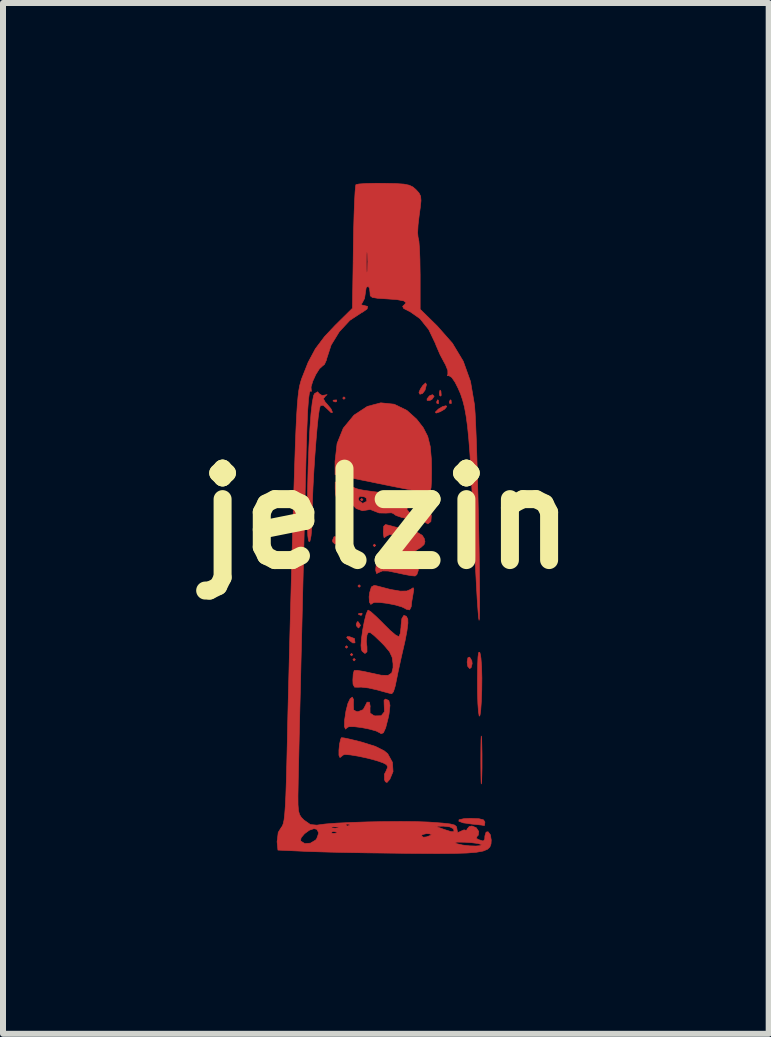
<source format=kicad_pcb>
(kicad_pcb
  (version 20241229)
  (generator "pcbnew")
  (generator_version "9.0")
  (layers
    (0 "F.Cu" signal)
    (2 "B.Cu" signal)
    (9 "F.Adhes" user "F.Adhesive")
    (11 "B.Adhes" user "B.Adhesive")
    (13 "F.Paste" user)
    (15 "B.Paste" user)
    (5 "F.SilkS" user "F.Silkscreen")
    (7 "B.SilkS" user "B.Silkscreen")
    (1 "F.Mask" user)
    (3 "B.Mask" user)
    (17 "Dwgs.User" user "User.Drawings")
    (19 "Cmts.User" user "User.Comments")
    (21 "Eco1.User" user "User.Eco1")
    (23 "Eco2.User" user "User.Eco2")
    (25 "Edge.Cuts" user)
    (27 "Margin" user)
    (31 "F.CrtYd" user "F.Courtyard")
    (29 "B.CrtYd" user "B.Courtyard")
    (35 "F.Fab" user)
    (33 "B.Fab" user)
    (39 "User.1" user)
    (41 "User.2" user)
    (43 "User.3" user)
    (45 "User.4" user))
  (footprint "jelzin"
    (layer "F.Cu")
    (at 3.382 5.597)
    (property "Reference" "jelzin" (at 0 0 0) (layer "F.SilkS") (effects (font (size 1.524 1.524) (thickness 0.3))))
    (attr through_hole)
    (fp_poly (pts (xy -0.677 -2.011) (xy -0.699 -1.99) (xy -0.72 -2.011) (xy -0.699 -2.032) (xy -0.677 -2.011)) (stroke (width 0.01) (type solid)) (fill yes) (layer "F.Cu"))
    (fp_poly (pts (xy -0.635 2.138) (xy -0.656 2.159) (xy -0.677 2.138) (xy -0.656 2.117) (xy -0.635 2.138)) (stroke (width 0.01) (type solid)) (fill yes) (layer "F.Cu"))
    (fp_poly (pts (xy -0.55 2.265) (xy -0.572 2.286) (xy -0.593 2.265) (xy -0.572 2.244) (xy -0.55 2.265)) (stroke (width 0.01) (type solid)) (fill yes) (layer "F.Cu"))
    (fp_poly (pts (xy -0.508 2.349) (xy -0.529 2.371) (xy -0.55 2.349) (xy -0.529 2.328) (xy -0.508 2.349)) (stroke (width 0.01) (type solid)) (fill yes) (layer "F.Cu"))
    (fp_poly (pts (xy -0.423 1.122) (xy -0.445 1.143) (xy -0.466 1.122) (xy -0.445 1.101) (xy -0.423 1.122)) (stroke (width 0.01) (type solid)) (fill yes) (layer "F.Cu"))
    (fp_poly (pts (xy -0.381 -0.318) (xy -0.402 -0.296) (xy -0.423 -0.318) (xy -0.402 -0.339) (xy -0.381 -0.318)) (stroke (width 0.01) (type solid)) (fill yes) (layer "F.Cu"))
    (fp_poly (pts (xy -0.169 0.445) (xy -0.191 0.466) (xy -0.212 0.445) (xy -0.191 0.423) (xy -0.169 0.445)) (stroke (width 0.01) (type solid)) (fill yes) (layer "F.Cu"))
    (fp_poly (pts (xy -0.818 -1.976) (xy -0.824 -1.95) (xy -0.847 -1.947) (xy -0.882 -1.963) (xy -0.875 -1.976) (xy -0.825 -1.981) (xy -0.818 -1.976)) (stroke (width 0.01) (type solid)) (fill yes) (layer "F.Cu"))
    (fp_poly (pts (xy -0.395 1.58) (xy -0.401 1.606) (xy -0.423 1.609) (xy -0.458 1.593) (xy -0.452 1.58) (xy -0.401 1.575) (xy -0.395 1.58)) (stroke (width 0.01) (type solid)) (fill yes) (layer "F.Cu"))
    (fp_poly (pts (xy 0.875 -1.976) (xy 0.88 -1.925) (xy 0.875 -1.919) (xy 0.85 -1.925) (xy 0.847 -1.947) (xy 0.862 -1.982) (xy 0.875 -1.976)) (stroke (width 0.01) (type solid)) (fill yes) (layer "F.Cu"))
    (fp_poly (pts (xy 0.918 -2.125) (xy 0.923 -2.058) (xy 0.915 -2.043) (xy 0.895 -2.056) (xy 0.892 -2.099) (xy 0.903 -2.144) (xy 0.918 -2.125)) (stroke (width 0.01) (type solid)) (fill yes) (layer "F.Cu"))
    (fp_poly (pts (xy 1.087 -1.976) (xy 1.092 -1.925) (xy 1.087 -1.919) (xy 1.061 -1.925) (xy 1.058 -1.947) (xy 1.074 -1.982) (xy 1.087 -1.976)) (stroke (width 0.01) (type solid)) (fill yes) (layer "F.Cu"))
    (fp_poly (pts (xy -0.809 0.331) (xy -0.804 0.36) (xy -0.827 0.416) (xy -0.847 0.423) (xy -0.884 0.389) (xy -0.889 0.36) (xy -0.866 0.303) (xy -0.847 0.296) (xy -0.809 0.331)) (stroke (width 0.01) (type solid)) (fill yes) (layer "F.Cu"))
    (fp_poly (pts (xy -0.603 1.967) (xy -0.523 1.997) (xy -0.514 2.065) (xy -0.515 2.069) (xy -0.551 2.071) (xy -0.603 2.033) (xy -0.653 1.98) (xy -0.641 1.965) (xy -0.603 1.967)) (stroke (width 0.01) (type solid)) (fill yes) (layer "F.Cu"))
    (fp_poly (pts (xy -0.459 1.719) (xy -0.424 1.775) (xy -0.423 1.78) (xy -0.452 1.82) (xy -0.459 1.82) (xy -0.49 1.786) (xy -0.494 1.759) (xy -0.476 1.716) (xy -0.459 1.719)) (stroke (width 0.01) (type solid)) (fill yes) (layer "F.Cu"))
    (fp_poly (pts (xy 0.804 -2.043) (xy 0.804 -2.04) (xy 0.77 -1.991) (xy 0.737 -1.973) (xy 0.688 -1.972) (xy 0.687 -1.998) (xy 0.726 -2.048) (xy 0.777 -2.068) (xy 0.804 -2.043)) (stroke (width 0.01) (type solid)) (fill yes) (layer "F.Cu"))
    (fp_poly (pts (xy 1.433 2.367) (xy 1.439 2.415) (xy 1.421 2.483) (xy 1.397 2.498) (xy 1.365 2.461) (xy 1.355 2.389) (xy 1.368 2.317) (xy 1.397 2.307) (xy 1.433 2.367)) (stroke (width 0.01) (type solid)) (fill yes) (layer "F.Cu"))
    (fp_poly (pts (xy 0.677 -2.237) (xy 0.655 -2.15) (xy 0.652 -2.141) (xy 0.612 -2.088) (xy 0.568 -2.075) (xy 0.552 -2.106) (xy 0.576 -2.161) (xy 0.615 -2.22) (xy 0.662 -2.264) (xy 0.677 -2.237)) (stroke (width 0.01) (type solid)) (fill yes) (layer "F.Cu"))
    (fp_poly (pts (xy 1.016 -1.871) (xy 0.982 -1.828) (xy 0.907 -1.784) (xy 0.838 -1.761) (xy 0.825 -1.777) (xy 0.825 -1.777) (xy 0.876 -1.828) (xy 0.945 -1.869) (xy 1.002 -1.884) (xy 1.016 -1.871)) (stroke (width 0.01) (type solid)) (fill yes) (layer "F.Cu"))
    (fp_poly (pts (xy 1.594 3.629) (xy 1.598 3.694) (xy 1.603 3.915) (xy 1.603 4.163) (xy 1.598 4.35) (xy 1.593 4.421) (xy 1.589 4.413) (xy 1.586 4.333) (xy 1.584 4.187) (xy 1.583 4.022) (xy 1.584 3.826) (xy 1.586 3.691) (xy 1.59 3.623) (xy 1.594 3.629)) (stroke (width 0.01) (type solid)) (fill yes) (layer "F.Cu"))
    (fp_poly (pts (xy 1.553 5.001) (xy 1.628 5.02) (xy 1.651 5.056) (xy 1.651 5.059) (xy 1.645 5.111) (xy 1.64 5.115) (xy 1.596 5.107) (xy 1.496 5.096) (xy 1.439 5.091) (xy 1.291 5.07) (xy 1.217 5.043) (xy 1.22 5.018) (xy 1.302 5) (xy 1.41 4.995) (xy 1.553 5.001)) (stroke (width 0.01) (type solid)) (fill yes) (layer "F.Cu"))
    (fp_poly (pts (xy 1.57 2.24) (xy 1.585 2.322) (xy 1.596 2.467) (xy 1.601 2.655) (xy 1.599 2.854) (xy 1.592 3.042) (xy 1.582 3.186) (xy 1.57 3.274) (xy 1.557 3.291) (xy 1.556 3.288) (xy 1.544 3.217) (xy 1.534 3.081) (xy 1.528 2.899) (xy 1.527 2.689) (xy 1.527 2.674) (xy 1.53 2.449) (xy 1.536 2.303) (xy 1.547 2.23) (xy 1.563 2.225) (xy 1.57 2.24)) (stroke (width 0.01) (type solid)) (fill yes) (layer "F.Cu"))
    (fp_poly (pts (xy -0.153 1.119) (xy 0.077 1.179) (xy 0.24 1.207) (xy 0.349 1.205) (xy 0.411 1.179) (xy 0.455 1.15) (xy 0.466 1.175) (xy 0.452 1.265) (xy 0.432 1.38) (xy 0.423 1.463) (xy 0.423 1.466) (xy 0.396 1.52) (xy 0.338 1.508) (xy 0.329 1.5) (xy 0.265 1.469) (xy 0.154 1.437) (xy 0.023 1.411) (xy -0.102 1.396) (xy -0.19 1.395) (xy -0.216 1.405) (xy -0.251 1.429) (xy -0.274 1.389) (xy -0.279 1.302) (xy -0.269 1.229) (xy -0.241 1.137) (xy -0.195 1.112) (xy -0.153 1.119)) (stroke (width 0.01) (type solid)) (fill yes) (layer "F.Cu"))
    (fp_poly (pts (xy 0.139 -1.909) (xy 0.351 -1.806) (xy 0.513 -1.66) (xy 0.624 -1.517) (xy 0.698 -1.373) (xy 0.74 -1.205) (xy 0.759 -0.992) (xy 0.762 -0.827) (xy 0.76 -0.639) (xy 0.754 -0.52) (xy 0.739 -0.456) (xy 0.714 -0.432) (xy 0.688 -0.43) (xy 0.624 -0.44) (xy 0.492 -0.465) (xy 0.307 -0.501) (xy 0.084 -0.545) (xy -0.116 -0.586) (xy -0.847 -0.735) (xy -0.847 -0.953) (xy -0.813 -1.254) (xy -0.71 -1.509) (xy -0.536 -1.721) (xy -0.522 -1.733) (xy -0.308 -1.873) (xy -0.084 -1.932) (xy 0.139 -1.909)) (stroke (width 0.01) (type solid)) (fill yes) (layer "F.Cu"))
    (fp_poly (pts (xy -0.698 3.654) (xy -0.594 3.676) (xy -0.447 3.712) (xy -0.397 3.725) (xy -0.174 3.795) (xy -0.026 3.87) (xy 0.032 3.919) (xy 0.11 4.061) (xy 0.12 4.215) (xy 0.067 4.342) (xy 0.019 4.397) (xy -0.008 4.385) (xy -0.023 4.349) (xy -0.023 4.257) (xy 0.002 4.21) (xy 0.032 4.138) (xy 0.011 4.1) (xy -0.052 4.067) (xy -0.166 4.029) (xy -0.309 3.991) (xy -0.458 3.959) (xy -0.591 3.937) (xy -0.683 3.93) (xy -0.713 3.94) (xy -0.76 3.979) (xy -0.767 3.979) (xy -0.782 3.943) (xy -0.782 3.858) (xy -0.772 3.757) (xy -0.753 3.675) (xy -0.741 3.65) (xy -0.698 3.654)) (stroke (width 0.01) (type solid)) (fill yes) (layer "F.Cu"))
    (fp_poly (pts (xy -0.539 3.013) (xy -0.541 3.105) (xy -0.537 3.189) (xy -0.486 3.216) (xy -0.463 3.217) (xy -0.378 3.182) (xy -0.351 3.133) (xy -0.313 3.058) (xy -0.274 3.058) (xy -0.261 3.126) (xy -0.264 3.154) (xy -0.263 3.239) (xy -0.202 3.281) (xy -0.18 3.287) (xy -0.077 3.284) (xy -0.023 3.217) (xy -0.028 3.101) (xy -0.03 3.027) (xy -0.007 3.006) (xy 0.05 3.03) (xy 0.069 3.111) (xy 0.053 3.256) (xy 0.038 3.326) (xy -0.003 3.486) (xy -0.041 3.569) (xy -0.079 3.584) (xy -0.098 3.571) (xy -0.163 3.538) (xy -0.275 3.507) (xy -0.406 3.481) (xy -0.529 3.466) (xy -0.616 3.467) (xy -0.639 3.478) (xy -0.673 3.507) (xy -0.69 3.465) (xy -0.688 3.361) (xy -0.665 3.206) (xy -0.632 3.078) (xy -0.594 2.999) (xy -0.559 2.974) (xy -0.539 3.013)) (stroke (width 0.01) (type solid)) (fill yes) (layer "F.Cu"))
    (fp_poly (pts (xy -1.114 -2.087) (xy -1.065 -2.055) (xy -1.024 -2.06) (xy -0.979 -2.069) (xy -1.01 -2.041) (xy -1.01 -2.041) (xy -1.041 -2) (xy -1.011 -1.945) (xy -0.979 -1.91) (xy -0.914 -1.831) (xy -0.889 -1.773) (xy -0.911 -1.768) (xy -0.965 -1.819) (xy -0.971 -1.826) (xy -1.045 -1.892) (xy -1.092 -1.884) (xy -1.108 -1.829) (xy -1.126 -1.704) (xy -1.145 -1.524) (xy -1.164 -1.302) (xy -1.183 -1.053) (xy -1.2 -0.792) (xy -1.214 -0.533) (xy -1.224 -0.29) (xy -1.228 -0.078) (xy -1.229 -0.021) (xy -1.234 0.147) (xy -1.247 0.286) (xy -1.265 0.372) (xy -1.27 0.381) (xy -1.288 0.373) (xy -1.301 0.283) (xy -1.307 0.111) (xy -1.308 -0.106) (xy -1.304 -0.501) (xy -1.295 -0.871) (xy -1.282 -1.21) (xy -1.266 -1.506) (xy -1.248 -1.751) (xy -1.227 -1.935) (xy -1.205 -2.051) (xy -1.189 -2.085) (xy -1.137 -2.116) (xy -1.114 -2.087)) (stroke (width 0.01) (type solid)) (fill yes) (layer "F.Cu"))
    (fp_poly (pts (xy 0.053 0.11) (xy 0.149 0.136) (xy 0.288 0.169) (xy 0.376 0.188) (xy 0.524 0.227) (xy 0.606 0.276) (xy 0.64 0.329) (xy 0.652 0.383) (xy 0.637 0.431) (xy 0.581 0.481) (xy 0.474 0.545) (xy 0.303 0.634) (xy 0.277 0.646) (xy 0.166 0.704) (xy 0.121 0.742) (xy 0.148 0.771) (xy 0.251 0.8) (xy 0.349 0.822) (xy 0.436 0.828) (xy 0.466 0.805) (xy 0.498 0.764) (xy 0.511 0.762) (xy 0.54 0.794) (xy 0.54 0.864) (xy 0.517 0.931) (xy 0.487 0.955) (xy 0.426 0.95) (xy 0.31 0.929) (xy 0.196 0.904) (xy 0.04 0.872) (xy -0.056 0.87) (xy -0.111 0.893) (xy -0.154 0.914) (xy -0.168 0.866) (xy -0.169 0.841) (xy -0.153 0.694) (xy -0.095 0.59) (xy 0.02 0.503) (xy 0.091 0.466) (xy 0.211 0.403) (xy 0.296 0.352) (xy 0.323 0.331) (xy 0.298 0.305) (xy 0.215 0.278) (xy 0.187 0.272) (xy 0.065 0.262) (xy 0.00046 0.295) (xy -0.004 0.301) (xy -0.03 0.316) (xy -0.041 0.25) (xy -0.042 0.219) (xy -0.036 0.126) (xy -0.006 0.097) (xy 0.053 0.11)) (stroke (width 0.01) (type solid)) (fill yes) (layer "F.Cu"))
    (fp_poly (pts (xy -0.248 1.553) (xy -0.163 1.629) (xy -0.054 1.736) (xy -0.036 1.755) (xy 0.073 1.863) (xy 0.162 1.938) (xy 0.214 1.965) (xy 0.218 1.964) (xy 0.241 1.912) (xy 0.253 1.808) (xy 0.254 1.776) (xy 0.267 1.664) (xy 0.3 1.611) (xy 0.341 1.626) (xy 0.366 1.673) (xy 0.368 1.741) (xy 0.352 1.868) (xy 0.321 2.032) (xy 0.304 2.107) (xy 0.261 2.293) (xy 0.223 2.467) (xy 0.195 2.597) (xy 0.19 2.625) (xy 0.156 2.79) (xy 0.127 2.884) (xy 0.099 2.917) (xy 0.092 2.917) (xy 0.038 2.904) (xy -0.069 2.875) (xy -0.148 2.853) (xy -0.29 2.821) (xy -0.412 2.807) (xy -0.455 2.809) (xy -0.521 2.808) (xy -0.547 2.76) (xy -0.55 2.689) (xy -0.544 2.589) (xy -0.528 2.532) (xy -0.527 2.531) (xy -0.477 2.528) (xy -0.371 2.545) (xy -0.253 2.571) (xy -0.075 2.609) (xy 0.038 2.611) (xy 0.098 2.571) (xy 0.12 2.484) (xy 0.12 2.417) (xy 0.105 2.31) (xy 0.062 2.218) (xy -0.027 2.112) (xy -0.087 2.051) (xy -0.195 1.948) (xy -0.258 1.899) (xy -0.293 1.897) (xy -0.314 1.935) (xy -0.315 1.939) (xy -0.326 2.047) (xy -0.315 2.134) (xy -0.314 2.218) (xy -0.348 2.247) (xy -0.394 2.21) (xy -0.408 2.181) (xy -0.414 2.11) (xy -0.405 1.991) (xy -0.385 1.849) (xy -0.358 1.708) (xy -0.329 1.594) (xy -0.302 1.53) (xy -0.293 1.524) (xy -0.248 1.553)) (stroke (width 0.01) (type solid)) (fill yes) (layer "F.Cu"))
    (fp_poly (pts (xy -0.763 -0.517) (xy -0.704 -0.455) (xy -0.668 -0.455) (xy -0.643 -0.492) (xy -0.586 -0.538) (xy -0.547 -0.527) (xy -0.507 -0.507) (xy -0.452 -0.49) (xy -0.361 -0.473) (xy -0.217 -0.453) (xy -0.113 -0.44) (xy 0.023 -0.411) (xy 0.104 -0.368) (xy 0.115 -0.352) (xy 0.144 -0.314) (xy 0.17 -0.341) (xy 0.228 -0.368) (xy 0.26 -0.356) (xy 0.347 -0.332) (xy 0.413 -0.332) (xy 0.489 -0.321) (xy 0.503 -0.279) (xy 0.452 -0.234) (xy 0.422 -0.223) (xy 0.359 -0.188) (xy 0.35 -0.156) (xy 0.395 -0.101) (xy 0.456 -0.121) (xy 0.507 -0.19) (xy 0.58 -0.278) (xy 0.651 -0.284) (xy 0.712 -0.209) (xy 0.721 -0.188) (xy 0.758 -0.049) (xy 0.751 0.047) (xy 0.702 0.085) (xy 0.699 0.085) (xy 0.642 0.051) (xy 0.635 0.021) (xy 0.604 -0.031) (xy 0.544 -0.04) (xy 0.501 -0.003) (xy 0.457 0.009) (xy 0.366 0.000051) (xy 0.26 -0.023) (xy 0.169 -0.054) (xy 0.127 -0.084) (xy 0.127 -0.086) (xy 0.091 -0.099) (xy 0.003 -0.094) (xy -0.000388 -0.094) (xy -0.112 -0.096) (xy -0.189 -0.126) (xy -0.262 -0.155) (xy -0.297 -0.148) (xy -0.391 -0.133) (xy -0.494 -0.17) (xy -0.566 -0.243) (xy -0.574 -0.261) (xy -0.6 -0.322) (xy -0.627 -0.307) (xy -0.642 -0.282) (xy -0.704 -0.215) (xy -0.764 -0.223) (xy -0.812 -0.295) (xy -0.821 -0.334) (xy -0.46 -0.334) (xy -0.446 -0.299) (xy -0.385 -0.256) (xy -0.358 -0.27) (xy -0.08 -0.27) (xy -0.069 -0.212) (xy -0.058 -0.199) (xy -0.005 -0.19) (xy 0.038 -0.233) (xy 0.042 -0.256) (xy 0.008 -0.292) (xy -0.021 -0.296) (xy -0.08 -0.27) (xy -0.358 -0.27) (xy -0.322 -0.289) (xy -0.317 -0.297) (xy -0.327 -0.345) (xy -0.359 -0.365) (xy -0.436 -0.374) (xy -0.46 -0.334) (xy -0.821 -0.334) (xy -0.841 -0.422) (xy -0.845 -0.508) (xy -0.844 -0.614) (xy -0.763 -0.517)) (stroke (width 0.01) (type solid)) (fill yes) (layer "F.Cu"))
    (fp_poly (pts (xy -0.034 -5.591) (xy 0.166 -5.587) (xy 0.301 -5.578) (xy 0.389 -5.56) (xy 0.45 -5.531) (xy 0.503 -5.485) (xy 0.553 -5.43) (xy 0.58 -5.376) (xy 0.586 -5.301) (xy 0.573 -5.18) (xy 0.556 -5.059) (xy 0.537 -4.898) (xy 0.53 -4.767) (xy 0.537 -4.691) (xy 0.539 -4.685) (xy 0.551 -4.626) (xy 0.561 -4.5) (xy 0.568 -4.324) (xy 0.571 -4.114) (xy 0.572 -4.064) (xy 0.572 -3.492) (xy 0.858 -3.211) (xy 1.11 -2.925) (xy 1.291 -2.624) (xy 1.411 -2.289) (xy 1.477 -1.903) (xy 1.48 -1.874) (xy 1.489 -1.745) (xy 1.498 -1.556) (xy 1.508 -1.316) (xy 1.517 -1.037) (xy 1.526 -0.728) (xy 1.535 -0.4) (xy 1.543 -0.063) (xy 1.55 0.272) (xy 1.556 0.595) (xy 1.56 0.895) (xy 1.563 1.162) (xy 1.564 1.386) (xy 1.563 1.556) (xy 1.56 1.662) (xy 1.554 1.693) (xy 1.546 1.647) (xy 1.536 1.528) (xy 1.523 1.346) (xy 1.51 1.114) (xy 1.496 0.844) (xy 1.484 0.572) (xy 1.461 0.052) (xy 1.44 -0.39) (xy 1.421 -0.763) (xy 1.402 -1.075) (xy 1.382 -1.333) (xy 1.361 -1.544) (xy 1.337 -1.717) (xy 1.311 -1.859) (xy 1.28 -1.978) (xy 1.245 -2.082) (xy 1.203 -2.178) (xy 1.155 -2.273) (xy 1.099 -2.355) (xy 1.051 -2.385) (xy 1.044 -2.383) (xy 1.024 -2.386) (xy 1.034 -2.407) (xy 1.033 -2.472) (xy 0.993 -2.571) (xy 0.977 -2.598) (xy 0.905 -2.733) (xy 0.838 -2.888) (xy 0.825 -2.923) (xy 0.715 -3.153) (xy 0.569 -3.335) (xy 0.403 -3.452) (xy 0.389 -3.458) (xy 0.297 -3.505) (xy 0.28 -3.54) (xy 0.298 -3.557) (xy 0.338 -3.599) (xy 0.3 -3.631) (xy 0.183 -3.653) (xy 0.012 -3.665) (xy -0.14 -3.675) (xy -0.225 -3.689) (xy -0.26 -3.716) (xy -0.263 -3.759) (xy -0.263 -3.762) (xy -0.272 -3.843) (xy -0.294 -3.872) (xy -0.327 -3.858) (xy -0.339 -3.779) (xy -0.355 -3.672) (xy -0.389 -3.607) (xy -0.414 -3.566) (xy -0.368 -3.556) (xy -0.304 -3.539) (xy -0.312 -3.497) (xy -0.386 -3.444) (xy -0.404 -3.436) (xy -0.601 -3.306) (xy -0.776 -3.117) (xy -0.912 -2.895) (xy -0.987 -2.665) (xy -0.99 -2.646) (xy -1.024 -2.571) (xy -1.053 -2.549) (xy -1.107 -2.5) (xy -1.167 -2.405) (xy -1.218 -2.293) (xy -1.247 -2.197) (xy -1.244 -2.151) (xy -1.24 -2.123) (xy -1.258 -2.131) (xy -1.274 -2.101) (xy -1.289 -1.992) (xy -1.303 -1.801) (xy -1.315 -1.528) (xy -1.327 -1.172) (xy -1.33 -1.026) (xy -1.345 -0.445) (xy -1.359 0.138) (xy -1.373 0.716) (xy -1.387 1.28) (xy -1.4 1.824) (xy -1.413 2.338) (xy -1.424 2.816) (xy -1.435 3.25) (xy -1.444 3.631) (xy -1.451 3.951) (xy -1.457 4.204) (xy -1.461 4.381) (xy -1.461 4.399) (xy -1.465 4.618) (xy -1.464 4.769) (xy -1.456 4.868) (xy -1.438 4.933) (xy -1.408 4.98) (xy -1.362 5.026) (xy -1.361 5.026) (xy -1.258 5.098) (xy -1.151 5.108) (xy -1.123 5.104) (xy -1.049 5.094) (xy -0.663 5.094) (xy -0.657 5.119) (xy -0.635 5.122) (xy -0.6 5.107) (xy -0.607 5.094) (xy -0.657 5.089) (xy -0.663 5.094) (xy -1.049 5.094) (xy -1 5.088) (xy -0.812 5.074) (xy -0.575 5.063) (xy -0.308 5.054) (xy -0.028 5.049) (xy 0.245 5.047) (xy 0.494 5.049) (xy 0.701 5.056) (xy 0.751 5.059) (xy 0.947 5.074) (xy 1.073 5.088) (xy 1.145 5.106) (xy 1.177 5.133) (xy 1.185 5.171) (xy 1.185 5.174) (xy 1.196 5.232) (xy 1.238 5.216) (xy 1.242 5.213) (xy 1.304 5.186) (xy 1.327 5.193) (xy 1.352 5.189) (xy 1.355 5.172) (xy 1.39 5.131) (xy 1.435 5.122) (xy 1.507 5.151) (xy 1.548 5.213) (xy 1.54 5.277) (xy 1.522 5.293) (xy 1.508 5.327) (xy 1.545 5.349) (xy 1.622 5.373) (xy 1.648 5.347) (xy 1.651 5.288) (xy 1.671 5.224) (xy 1.704 5.218) (xy 1.742 5.268) (xy 1.757 5.357) (xy 1.753 5.421) (xy 1.734 5.472) (xy 1.693 5.511) (xy 1.621 5.54) (xy 1.51 5.56) (xy 1.35 5.573) (xy 1.135 5.579) (xy 0.854 5.581) (xy 0.5 5.579) (xy 0.36 5.578) (xy 0.02 5.574) (xy -0.319 5.57) (xy -0.642 5.564) (xy -0.929 5.558) (xy -1.165 5.551) (xy -1.312 5.546) (xy -1.799 5.524) (xy -1.813 5.383) (xy -1.811 5.371) (xy -1.422 5.371) (xy -1.352 5.415) (xy -1.256 5.408) (xy -1.24 5.398) (xy 1.149 5.398) (xy 1.179 5.416) (xy 1.185 5.418) (xy 1.281 5.44) (xy 1.395 5.453) (xy 1.502 5.456) (xy 1.577 5.45) (xy 1.594 5.433) (xy 1.593 5.432) (xy 1.538 5.414) (xy 1.426 5.4) (xy 1.322 5.393) (xy 1.195 5.391) (xy 1.149 5.398) (xy -1.24 5.398) (xy -1.17 5.356) (xy -1.152 5.332) (xy -1.136 5.288) (xy 0.593 5.288) (xy 0.626 5.309) (xy 0.677 5.304) (xy 0.746 5.279) (xy 0.762 5.266) (xy 0.726 5.252) (xy 0.677 5.249) (xy 0.609 5.265) (xy 0.593 5.288) (xy -1.136 5.288) (xy -1.12 5.239) (xy -0.913 5.239) (xy -0.871 5.246) (xy -0.816 5.238) (xy -0.816 5.224) (xy -0.872 5.214) (xy -0.897 5.22) (xy -0.913 5.239) (xy -1.12 5.239) (xy -1.119 5.238) (xy -1.149 5.178) (xy -1.198 5.166) (xy -1.275 5.192) (xy -1.356 5.251) (xy -1.413 5.319) (xy -1.422 5.371) (xy -1.811 5.371) (xy -1.794 5.229) (xy -1.749 5.156) (xy -1.746 5.152) (xy -0.905 5.152) (xy -0.847 5.158) (xy -0.787 5.151) (xy -0.794 5.137) (xy -0.88 5.131) (xy -0.9 5.137) (xy -0.905 5.152) (xy -1.746 5.152) (xy -1.729 5.128) (xy -1.728 5.127) (xy 0.826 5.127) (xy 0.974 5.18) (xy 1.089 5.217) (xy 1.137 5.217) (xy 1.131 5.18) (xy 1.124 5.167) (xy 1.066 5.137) (xy 0.964 5.125) (xy 0.961 5.125) (xy 0.826 5.127) (xy -1.728 5.127) (xy -1.711 5.085) (xy -1.697 5.022) (xy -1.686 4.927) (xy -1.676 4.793) (xy -1.667 4.612) (xy -1.659 4.374) (xy -1.651 4.071) (xy -1.642 3.694) (xy -1.64 3.583) (xy -1.632 3.217) (xy -1.621 2.784) (xy -1.609 2.301) (xy -1.596 1.788) (xy -1.582 1.261) (xy -1.568 0.738) (xy -1.554 0.238) (xy -1.547 0) (xy -1.533 -0.483) (xy -1.52 -0.889) (xy -1.509 -1.225) (xy -1.498 -1.5) (xy -1.487 -1.721) (xy -1.476 -1.896) (xy -1.464 -2.033) (xy -1.451 -2.139) (xy -1.436 -2.221) (xy -1.418 -2.288) (xy -1.405 -2.33) (xy -1.295 -2.608) (xy -1.174 -2.834) (xy -1.021 -3.037) (xy -0.844 -3.225) (xy -0.557 -3.508) (xy -0.545 -4.276) (xy -0.325 -4.276) (xy -0.323 -4.159) (xy -0.317 -4.108) (xy -0.309 -4.13) (xy -0.308 -4.138) (xy -0.301 -4.287) (xy -0.308 -4.413) (xy -0.316 -4.445) (xy -0.322 -4.402) (xy -0.325 -4.293) (xy -0.325 -4.276) (xy -0.545 -4.276) (xy -0.542 -4.524) (xy -0.537 -4.81) (xy -0.53 -5.066) (xy -0.522 -5.282) (xy -0.513 -5.446) (xy -0.504 -5.545) (xy -0.499 -5.569) (xy -0.447 -5.58) (xy -0.33 -5.588) (xy -0.166 -5.592) (xy -0.034 -5.591)) (stroke (width 0.01) (type solid)) (fill yes) (layer "F.Cu")))
  (gr_rect
    (start -3 -3)
    (end 9.764 14.183)
    (stroke (width 0.1) (type default))
    (fill no)
    (layer "Edge.Cuts")))
</source>
